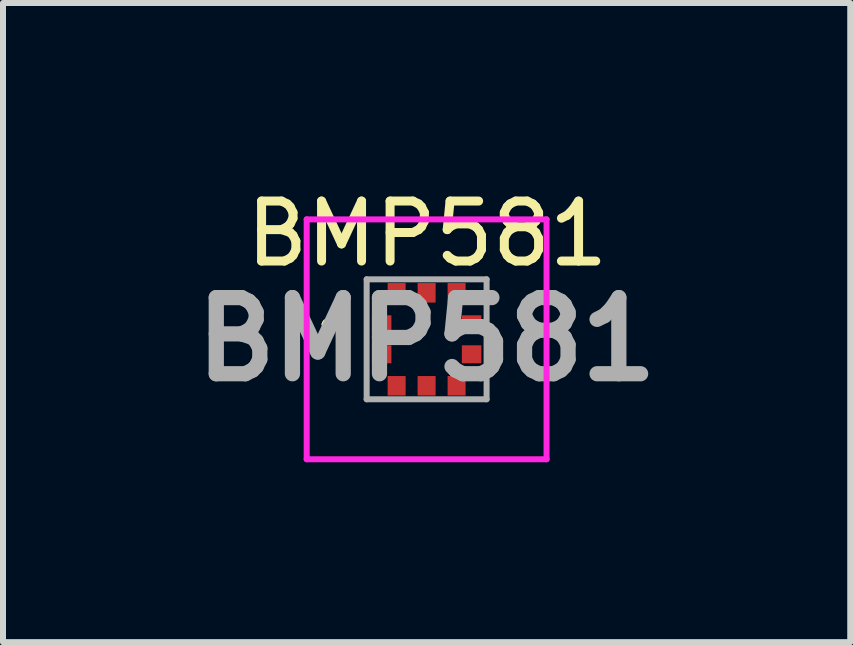
<source format=kicad_pcb>
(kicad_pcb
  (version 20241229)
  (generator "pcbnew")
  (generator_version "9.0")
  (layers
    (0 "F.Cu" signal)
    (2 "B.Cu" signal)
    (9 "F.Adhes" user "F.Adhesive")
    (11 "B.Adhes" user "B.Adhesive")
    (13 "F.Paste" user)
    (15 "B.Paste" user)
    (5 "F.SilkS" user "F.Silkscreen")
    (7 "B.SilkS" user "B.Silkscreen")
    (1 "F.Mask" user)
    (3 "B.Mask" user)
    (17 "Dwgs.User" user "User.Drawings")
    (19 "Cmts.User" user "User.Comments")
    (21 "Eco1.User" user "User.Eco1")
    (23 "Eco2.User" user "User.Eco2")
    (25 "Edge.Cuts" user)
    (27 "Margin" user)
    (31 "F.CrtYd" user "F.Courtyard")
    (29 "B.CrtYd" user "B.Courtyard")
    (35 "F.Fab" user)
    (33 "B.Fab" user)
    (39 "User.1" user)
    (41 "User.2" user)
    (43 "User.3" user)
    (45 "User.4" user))
  (footprint "BMP581"
    (layer "F.Cu")
    (at 4.064 2.608)
    (property "Reference" "BMP581" (at 0.01 -1.76 0) (layer "F.SilkS") (effects (font (size 1 1) (thickness 0.15))))
    (attr smd)
    (fp_line (start -1.7 -0.25) (end -1.7 -0.25) (stroke (width 0.1) (type solid)) (layer "F.SilkS"))
    (fp_line (start -1.6 -0.25) (end -1.6 -0.25) (stroke (width 0.1) (type solid)) (layer "F.SilkS"))
    (fp_arc (start -1.7 -0.25) (mid -1.65 -0.3) (end -1.6 -0.25) (stroke (width 0.1) (type solid)) (layer "F.SilkS"))
    (fp_arc (start -1.6 -0.25) (mid -1.65 -0.2) (end -1.7 -0.25) (stroke (width 0.1) (type solid)) (layer "F.SilkS"))
    (fp_line (start -2 -2) (end 2 -2) (stroke (width 0.1) (type solid)) (layer "F.CrtYd"))
    (fp_line (start -2 2) (end -2 -2) (stroke (width 0.1) (type solid)) (layer "F.CrtYd"))
    (fp_line (start 2 -2) (end 2 2) (stroke (width 0.1) (type solid)) (layer "F.CrtYd"))
    (fp_line (start 2 2) (end -2 2) (stroke (width 0.1) (type solid)) (layer "F.CrtYd"))
    (fp_line (start -1 -1) (end 1 -1) (stroke (width 0.1) (type solid)) (layer "F.Fab"))
    (fp_line (start -1 1) (end -1 -1) (stroke (width 0.1) (type solid)) (layer "F.Fab"))
    (fp_line (start 1 -1) (end 1 1) (stroke (width 0.1) (type solid)) (layer "F.Fab"))
    (fp_line (start 1 1) (end -1 1) (stroke (width 0.1) (type solid)) (layer "F.Fab"))
    (fp_text user "${REFERENCE}" (at 0 0 0) (layer "F.Fab") (effects (font (size 1.27 1.27) (thickness 0.254))))
    (pad "1" smd rect (at -0.75 -0.25 90) (size 0.3 0.325) (layers "F.Cu" "F.Mask" "F.Paste"))
    (pad "2" smd rect (at -0.75 0.25 90) (size 0.3 0.325) (layers "F.Cu" "F.Mask" "F.Paste"))
    (pad "3" smd rect (at -0.5 0.775) (size 0.3 0.325) (layers "F.Cu" "F.Mask" "F.Paste"))
    (pad "4" smd rect (at 0 0.775) (size 0.3 0.325) (layers "F.Cu" "F.Mask" "F.Paste"))
    (pad "5" smd rect (at 0.5 0.775) (size 0.3 0.325) (layers "F.Cu" "F.Mask" "F.Paste"))
    (pad "6" smd rect (at 0.75 0.25 90) (size 0.3 0.325) (layers "F.Cu" "F.Mask" "F.Paste"))
    (pad "7" smd rect (at 0.75 -0.25 90) (size 0.3 0.325) (layers "F.Cu" "F.Mask" "F.Paste"))
    (pad "8" smd rect (at 0.5 -0.775) (size 0.3 0.325) (layers "F.Cu" "F.Mask" "F.Paste"))
    (pad "9" smd rect (at 0 -0.775) (size 0.3 0.325) (layers "F.Cu" "F.Mask" "F.Paste"))
    (pad "10" smd rect (at -0.5 -0.775) (size 0.3 0.325) (layers "F.Cu" "F.Mask" "F.Paste")))
  (gr_rect
    (start -3 -3)
    (end 11.128 7.658)
    (stroke (width 0.1) (type default))
    (fill no)
    (layer "Edge.Cuts")))
</source>
